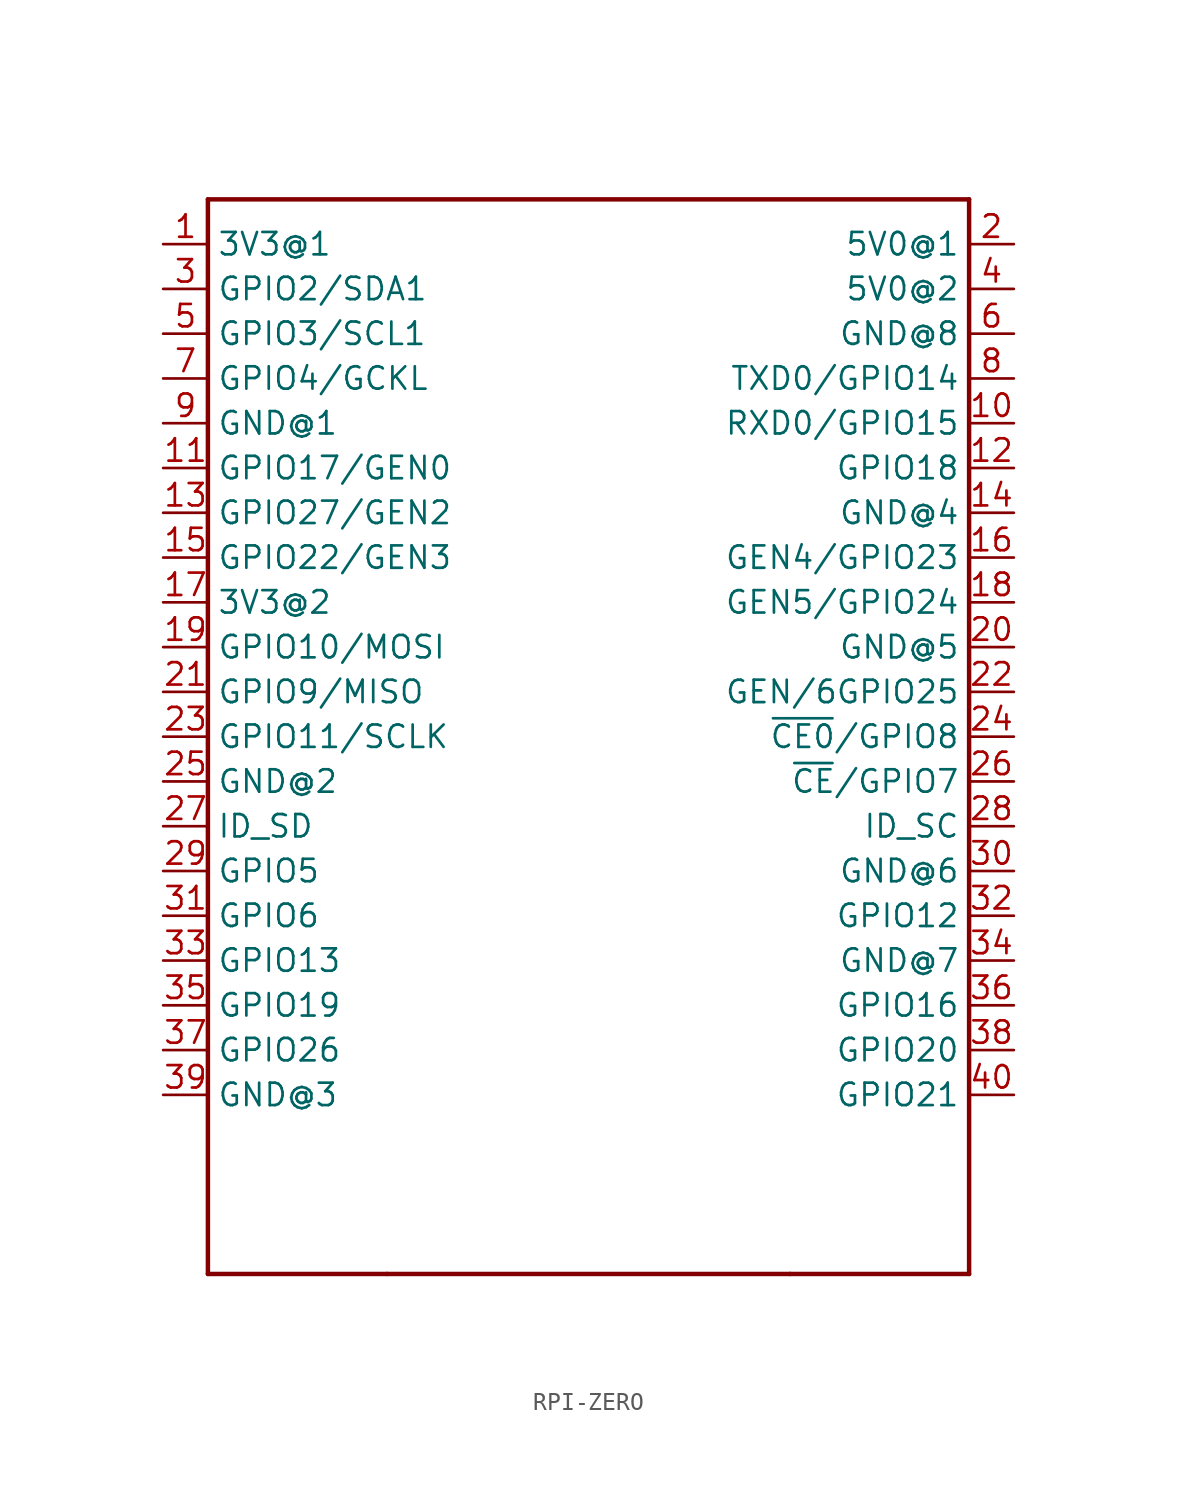
<source format=kicad_sym>
(kicad_symbol_lib
  (version 20231120)
  (generator "kicad_symbol_editor")
  (generator_version "8.0")
  (symbol "RPI-ZERO"
    (property "Reference" ""
      (at -20.32 35.56 0)
      (effects (font (size 1.27 1.27)) (justify left bottom) (hide yes)))
    (property "Value" ""
      (at -20.32 33.655 0)
      (effects (font (size 1.27 1.27)) (justify left bottom)))
    (property "ki_locked" ""
      (at 0 0 0)
      (effects (font (size 1.27 1.27))))
    (symbol "RPI-ZERO_1_0"
      (polyline (pts (xy -20.32 -27.94) (xy -20.32 33.02)) (stroke (width 0.254) (type solid)) (fill (type none)))
      (polyline (pts (xy -20.32 33.02) (xy 22.86 33.02)) (stroke (width 0.254) (type solid)) (fill (type none)))
      (polyline (pts (xy -10.16 -27.94) (xy -20.32 -27.94)) (stroke (width 0.254) (type solid)) (fill (type none)))
      (polyline (pts (xy 12.7 -27.94) (xy -10.16 -27.94)) (stroke (width 0.254) (type solid)) (fill (type none)))
      (polyline (pts (xy 22.86 -27.94) (xy 12.7 -27.94)) (stroke (width 0.254) (type solid)) (fill (type none)))
      (polyline (pts (xy 22.86 33.02) (xy 22.86 -27.94)) (stroke (width 0.254) (type solid)) (fill (type none)))
      (pin power_in line (at -22.86 30.48 0) (length 2.54) (name "3V3@1" (effects (font (size 1.27 1.27)))) (number "1" (effects (font (size 1.27 1.27)))))
      (pin bidirectional line (at 25.4 20.32 180) (length 2.54) (name "RXD0/GPIO15" (effects (font (size 1.27 1.27)))) (number "10" (effects (font (size 1.27 1.27)))))
      (pin bidirectional line (at -22.86 17.78 0) (length 2.54) (name "GPIO17/GEN0" (effects (font (size 1.27 1.27)))) (number "11" (effects (font (size 1.27 1.27)))))
      (pin bidirectional line (at 25.4 17.78 180) (length 2.54) (name "GPIO18" (effects (font (size 1.27 1.27)))) (number "12" (effects (font (size 1.27 1.27)))))
      (pin bidirectional line (at -22.86 15.24 0) (length 2.54) (name "GPIO27/GEN2" (effects (font (size 1.27 1.27)))) (number "13" (effects (font (size 1.27 1.27)))))
      (pin power_in line (at 25.4 15.24 180) (length 2.54) (name "GND@4" (effects (font (size 1.27 1.27)))) (number "14" (effects (font (size 1.27 1.27)))))
      (pin bidirectional line (at -22.86 12.7 0) (length 2.54) (name "GPIO22/GEN3" (effects (font (size 1.27 1.27)))) (number "15" (effects (font (size 1.27 1.27)))))
      (pin bidirectional line (at 25.4 12.7 180) (length 2.54) (name "GEN4/GPIO23" (effects (font (size 1.27 1.27)))) (number "16" (effects (font (size 1.27 1.27)))))
      (pin power_in line (at -22.86 10.16 0) (length 2.54) (name "3V3@2" (effects (font (size 1.27 1.27)))) (number "17" (effects (font (size 1.27 1.27)))))
      (pin bidirectional line (at 25.4 10.16 180) (length 2.54) (name "GEN5/GPIO24" (effects (font (size 1.27 1.27)))) (number "18" (effects (font (size 1.27 1.27)))))
      (pin bidirectional line (at -22.86 7.62 0) (length 2.54) (name "GPIO10/MOSI" (effects (font (size 1.27 1.27)))) (number "19" (effects (font (size 1.27 1.27)))))
      (pin power_in line (at 25.4 30.48 180) (length 2.54) (name "5V0@1" (effects (font (size 1.27 1.27)))) (number "2" (effects (font (size 1.27 1.27)))))
      (pin power_in line (at 25.4 7.62 180) (length 2.54) (name "GND@5" (effects (font (size 1.27 1.27)))) (number "20" (effects (font (size 1.27 1.27)))))
      (pin bidirectional line (at -22.86 5.08 0) (length 2.54) (name "GPIO9/MISO" (effects (font (size 1.27 1.27)))) (number "21" (effects (font (size 1.27 1.27)))))
      (pin bidirectional line (at 25.4 5.08 180) (length 2.54) (name "GEN/6GPIO25" (effects (font (size 1.27 1.27)))) (number "22" (effects (font (size 1.27 1.27)))))
      (pin bidirectional line (at -22.86 2.54 0) (length 2.54) (name "GPIO11/SCLK" (effects (font (size 1.27 1.27)))) (number "23" (effects (font (size 1.27 1.27)))))
      (pin bidirectional line (at 25.4 2.54 180) (length 2.54) (name "~{CE0}/GPIO8" (effects (font (size 1.27 1.27)))) (number "24" (effects (font (size 1.27 1.27)))))
      (pin power_in line (at -22.86 0 0) (length 2.54) (name "GND@2" (effects (font (size 1.27 1.27)))) (number "25" (effects (font (size 1.27 1.27)))))
      (pin bidirectional line (at 25.4 0 180) (length 2.54) (name "~{CE}/GPIO7" (effects (font (size 1.27 1.27)))) (number "26" (effects (font (size 1.27 1.27)))))
      (pin bidirectional line (at -22.86 -2.54 0) (length 2.54) (name "ID_SD" (effects (font (size 1.27 1.27)))) (number "27" (effects (font (size 1.27 1.27)))))
      (pin bidirectional line (at 25.4 -2.54 180) (length 2.54) (name "ID_SC" (effects (font (size 1.27 1.27)))) (number "28" (effects (font (size 1.27 1.27)))))
      (pin bidirectional line (at -22.86 -5.08 0) (length 2.54) (name "GPIO5" (effects (font (size 1.27 1.27)))) (number "29" (effects (font (size 1.27 1.27)))))
      (pin bidirectional line (at -22.86 27.94 0) (length 2.54) (name "GPIO2/SDA1" (effects (font (size 1.27 1.27)))) (number "3" (effects (font (size 1.27 1.27)))))
      (pin power_in line (at 25.4 -5.08 180) (length 2.54) (name "GND@6" (effects (font (size 1.27 1.27)))) (number "30" (effects (font (size 1.27 1.27)))))
      (pin bidirectional line (at -22.86 -7.62 0) (length 2.54) (name "GPIO6" (effects (font (size 1.27 1.27)))) (number "31" (effects (font (size 1.27 1.27)))))
      (pin bidirectional line (at 25.4 -7.62 180) (length 2.54) (name "GPIO12" (effects (font (size 1.27 1.27)))) (number "32" (effects (font (size 1.27 1.27)))))
      (pin bidirectional line (at -22.86 -10.16 0) (length 2.54) (name "GPIO13" (effects (font (size 1.27 1.27)))) (number "33" (effects (font (size 1.27 1.27)))))
      (pin power_in line (at 25.4 -10.16 180) (length 2.54) (name "GND@7" (effects (font (size 1.27 1.27)))) (number "34" (effects (font (size 1.27 1.27)))))
      (pin bidirectional line (at -22.86 -12.7 0) (length 2.54) (name "GPIO19" (effects (font (size 1.27 1.27)))) (number "35" (effects (font (size 1.27 1.27)))))
      (pin bidirectional line (at 25.4 -12.7 180) (length 2.54) (name "GPIO16" (effects (font (size 1.27 1.27)))) (number "36" (effects (font (size 1.27 1.27)))))
      (pin bidirectional line (at -22.86 -15.24 0) (length 2.54) (name "GPIO26" (effects (font (size 1.27 1.27)))) (number "37" (effects (font (size 1.27 1.27)))))
      (pin bidirectional line (at 25.4 -15.24 180) (length 2.54) (name "GPIO20" (effects (font (size 1.27 1.27)))) (number "38" (effects (font (size 1.27 1.27)))))
      (pin power_in line (at -22.86 -17.78 0) (length 2.54) (name "GND@3" (effects (font (size 1.27 1.27)))) (number "39" (effects (font (size 1.27 1.27)))))
      (pin power_in line (at 25.4 27.94 180) (length 2.54) (name "5V0@2" (effects (font (size 1.27 1.27)))) (number "4" (effects (font (size 1.27 1.27)))))
      (pin bidirectional line (at 25.4 -17.78 180) (length 2.54) (name "GPIO21" (effects (font (size 1.27 1.27)))) (number "40" (effects (font (size 1.27 1.27)))))
      (pin bidirectional line (at -22.86 25.4 0) (length 2.54) (name "GPIO3/SCL1" (effects (font (size 1.27 1.27)))) (number "5" (effects (font (size 1.27 1.27)))))
      (pin power_in line (at 25.4 25.4 180) (length 2.54) (name "GND@8" (effects (font (size 1.27 1.27)))) (number "6" (effects (font (size 1.27 1.27)))))
      (pin bidirectional line (at -22.86 22.86 0) (length 2.54) (name "GPIO4/GCKL" (effects (font (size 1.27 1.27)))) (number "7" (effects (font (size 1.27 1.27)))))
      (pin bidirectional line (at 25.4 22.86 180) (length 2.54) (name "TXD0/GPIO14" (effects (font (size 1.27 1.27)))) (number "8" (effects (font (size 1.27 1.27)))))
      (pin power_in line (at -22.86 20.32 0) (length 2.54) (name "GND@1" (effects (font (size 1.27 1.27)))) (number "9" (effects (font (size 1.27 1.27))))))))
</source>
